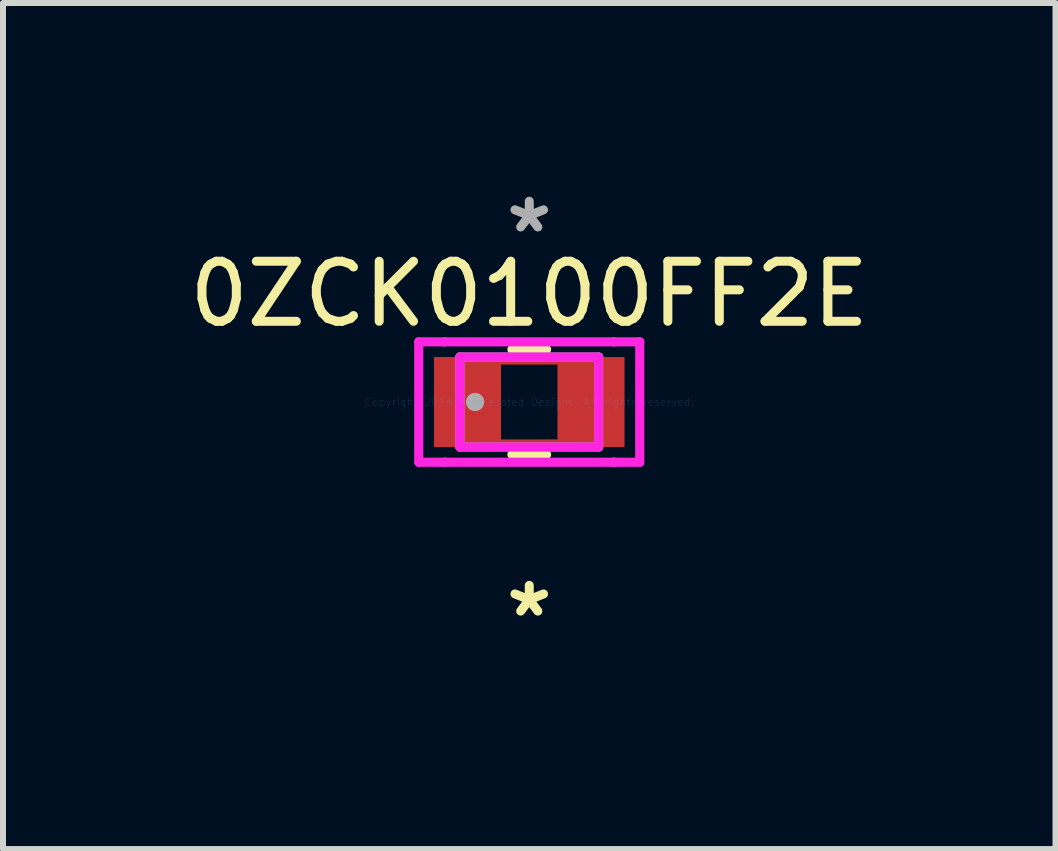
<source format=kicad_pcb>
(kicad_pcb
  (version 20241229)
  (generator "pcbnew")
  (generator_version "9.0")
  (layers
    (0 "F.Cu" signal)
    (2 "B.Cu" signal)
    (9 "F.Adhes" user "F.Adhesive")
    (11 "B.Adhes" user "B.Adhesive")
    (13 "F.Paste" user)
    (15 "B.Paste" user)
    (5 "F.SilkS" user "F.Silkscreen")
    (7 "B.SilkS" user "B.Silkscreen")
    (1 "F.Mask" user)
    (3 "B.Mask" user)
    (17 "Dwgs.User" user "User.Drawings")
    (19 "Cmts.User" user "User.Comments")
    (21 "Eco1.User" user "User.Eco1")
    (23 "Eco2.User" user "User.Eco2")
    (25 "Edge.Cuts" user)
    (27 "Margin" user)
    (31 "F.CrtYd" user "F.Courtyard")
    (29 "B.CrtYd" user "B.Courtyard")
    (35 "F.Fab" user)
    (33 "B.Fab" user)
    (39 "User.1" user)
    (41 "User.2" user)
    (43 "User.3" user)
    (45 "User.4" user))
  (footprint "0ZCK0100FF2E"
    (layer "F.Cu")
    (at 5.768 3.648)
    (property "Reference" "0ZCK0100FF2E" (at 0 -1.8 0) (layer "F.SilkS") (effects (font (size 1 1) (thickness 0.15))))
    (attr through_hole)
    (fp_line (start -0.546 -0.699) (end 0.546 -0.699) (stroke (width 0.152) (type solid)) (layer "F.Cu"))
    (fp_line (start -0.546 0.699) (end -0.546 -0.699) (stroke (width 0.152) (type solid)) (layer "F.Cu"))
    (fp_line (start 0.546 -0.699) (end 0.546 0.699) (stroke (width 0.152) (type solid)) (layer "F.Cu"))
    (fp_line (start 0.546 0.699) (end -0.546 0.699) (stroke (width 0.152) (type solid)) (layer "F.Cu"))
    (fp_line (start -0.289 0.876) (end 0.289 0.876) (stroke (width 0.152) (type solid)) (layer "F.SilkS"))
    (fp_line (start 0.289 -0.876) (end -0.289 -0.876) (stroke (width 0.152) (type solid)) (layer "F.SilkS"))
    (fp_line (start -1.841 -1.003) (end -1.41 -1.003) (stroke (width 0.152) (type solid)) (layer "F.CrtYd"))
    (fp_line (start -1.841 1.003) (end -1.841 -1.003) (stroke (width 0.152) (type solid)) (layer "F.CrtYd"))
    (fp_line (start -1.41 -1.003) (end -1.41 -1.003) (stroke (width 0.152) (type solid)) (layer "F.CrtYd"))
    (fp_line (start -1.41 -1.003) (end 1.41 -1.003) (stroke (width 0.152) (type solid)) (layer "F.CrtYd"))
    (fp_line (start -1.41 1.003) (end -1.841 1.003) (stroke (width 0.152) (type solid)) (layer "F.CrtYd"))
    (fp_line (start -1.41 1.003) (end -1.41 1.003) (stroke (width 0.152) (type solid)) (layer "F.CrtYd"))
    (fp_line (start -1.156 -0.749) (end 1.156 -0.749) (stroke (width 0.152) (type solid)) (layer "F.CrtYd"))
    (fp_line (start -1.156 0.749) (end -1.156 -0.749) (stroke (width 0.152) (type solid)) (layer "F.CrtYd"))
    (fp_line (start 1.156 -0.749) (end 1.156 0.749) (stroke (width 0.152) (type solid)) (layer "F.CrtYd"))
    (fp_line (start 1.156 0.749) (end -1.156 0.749) (stroke (width 0.152) (type solid)) (layer "F.CrtYd"))
    (fp_line (start 1.41 -1.003) (end 1.41 -1.003) (stroke (width 0.152) (type solid)) (layer "F.CrtYd"))
    (fp_line (start 1.41 -1.003) (end 1.841 -1.003) (stroke (width 0.152) (type solid)) (layer "F.CrtYd"))
    (fp_line (start 1.41 1.003) (end -1.41 1.003) (stroke (width 0.152) (type solid)) (layer "F.CrtYd"))
    (fp_line (start 1.41 1.003) (end 1.41 1.003) (stroke (width 0.152) (type solid)) (layer "F.CrtYd"))
    (fp_line (start 1.41 1.003) (end 1.41 1.003) (stroke (width 0.152) (type solid)) (layer "F.CrtYd"))
    (fp_line (start 1.841 -1.003) (end 1.841 1.003) (stroke (width 0.152) (type solid)) (layer "F.CrtYd"))
    (fp_line (start 1.841 1.003) (end 1.41 1.003) (stroke (width 0.152) (type solid)) (layer "F.CrtYd"))
    (fp_line (start -1.156 -0.749) (end -1.156 0.749) (stroke (width 0.152) (type solid)) (layer "F.Fab"))
    (fp_line (start -1.156 0.749) (end 1.156 0.749) (stroke (width 0.152) (type solid)) (layer "F.Fab"))
    (fp_line (start 1.156 -0.749) (end -1.156 -0.749) (stroke (width 0.152) (type solid)) (layer "F.Fab"))
    (fp_line (start 1.156 0.749) (end 1.156 -0.749) (stroke (width 0.152) (type solid)) (layer "F.Fab"))
    (fp_circle (center -0.902 0) (end -0.902 0) (stroke (width 0.152) (type solid)) (fill no) (layer "F.Fab"))
    (fp_text user "*" (at 0 3.6 0) (layer "F.SilkS") (effects (font (size 1 1) (thickness 0.15))))
    (fp_text user "Copyright 2016 Accelerated Designs. All rights reserved." (at 0 0 0) (layer "Cmts.User") (effects (font (size 0.127 0.127) (thickness 0.002))))
    (fp_text user "*" (at 0 -2.8 0) (layer "F.Fab") (effects (font (size 1 1) (thickness 0.15))))
    (pad "1" smd rect (at -1.092 0) (size 0.991 1.499) (layers "F.Cu" "F.Mask" "F.Paste"))
    (pad "2" smd rect (at 1.092 0) (size 0.991 1.499) (layers "F.Cu" "F.Mask" "F.Paste")))
  (gr_rect
    (start -3 -3)
    (end 14.536 11.097)
    (stroke (width 0.1) (type default))
    (fill no)
    (layer "Edge.Cuts")))
</source>
